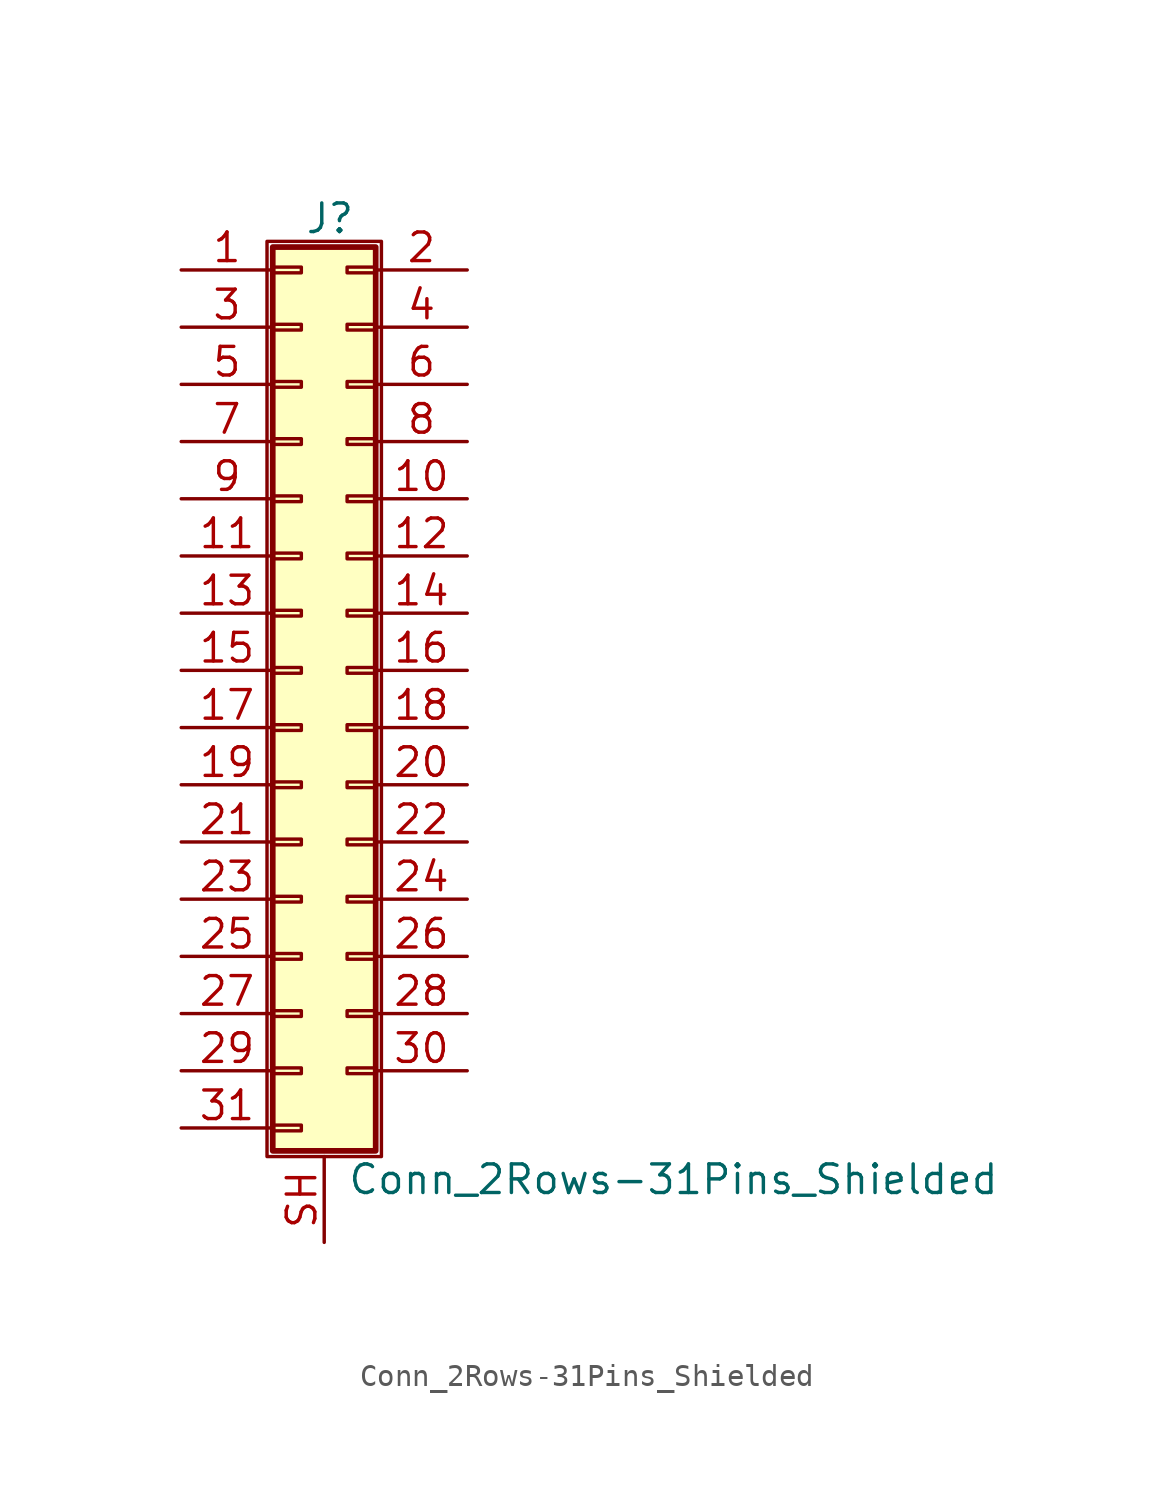
<source format=kicad_sym>
(kicad_symbol_lib
  (version 20211014)
  (generator kicad_symbol_editor)
  (symbol "Conn_2Rows-31Pins_Shielded"
    (pin_names
      (offset 1.016) hide)
    (property "Reference" "J"
      (at 1.524 20.066 0)
      (effects (font (size 1.27 1.27))))
    (property "Value" "Conn_2Rows-31Pins_Shielded"
      (at 2.286 -22.606 0)
      (effects (font (size 1.27 1.27)) (justify left)))
    (symbol "Conn_2Rows-31Pins_Shielded_1_1"
      (rectangle (start -1.27 19.05) (end 3.81 -21.59) (stroke (width 0.152) (type default) (color 0 0 0 0)) (fill (type none)))
      (rectangle (start -1.016 -20.193) (end 0.254 -20.447) (stroke (width 0.152) (type default) (color 0 0 0 0)) (fill (type none)))
      (rectangle (start -1.016 -17.653) (end 0.254 -17.907) (stroke (width 0.152) (type default) (color 0 0 0 0)) (fill (type none)))
      (rectangle (start -1.016 -15.113) (end 0.254 -15.367) (stroke (width 0.152) (type default) (color 0 0 0 0)) (fill (type none)))
      (rectangle (start -1.016 -12.573) (end 0.254 -12.827) (stroke (width 0.152) (type default) (color 0 0 0 0)) (fill (type none)))
      (rectangle (start -1.016 -10.033) (end 0.254 -10.287) (stroke (width 0.152) (type default) (color 0 0 0 0)) (fill (type none)))
      (rectangle (start -1.016 -7.493) (end 0.254 -7.747) (stroke (width 0.152) (type default) (color 0 0 0 0)) (fill (type none)))
      (rectangle (start -1.016 -4.953) (end 0.254 -5.207) (stroke (width 0.152) (type default) (color 0 0 0 0)) (fill (type none)))
      (rectangle (start -1.016 -2.413) (end 0.254 -2.667) (stroke (width 0.152) (type default) (color 0 0 0 0)) (fill (type none)))
      (rectangle (start -1.016 0.127) (end 0.254 -0.127) (stroke (width 0.152) (type default) (color 0 0 0 0)) (fill (type none)))
      (rectangle (start -1.016 2.667) (end 0.254 2.413) (stroke (width 0.152) (type default) (color 0 0 0 0)) (fill (type none)))
      (rectangle (start -1.016 5.207) (end 0.254 4.953) (stroke (width 0.152) (type default) (color 0 0 0 0)) (fill (type none)))
      (rectangle (start -1.016 7.747) (end 0.254 7.493) (stroke (width 0.152) (type default) (color 0 0 0 0)) (fill (type none)))
      (rectangle (start -1.016 10.287) (end 0.254 10.033) (stroke (width 0.152) (type default) (color 0 0 0 0)) (fill (type none)))
      (rectangle (start -1.016 12.827) (end 0.254 12.573) (stroke (width 0.152) (type default) (color 0 0 0 0)) (fill (type none)))
      (rectangle (start -1.016 15.367) (end 0.254 15.113) (stroke (width 0.152) (type default) (color 0 0 0 0)) (fill (type none)))
      (rectangle (start -1.016 17.907) (end 0.254 17.653) (stroke (width 0.152) (type default) (color 0 0 0 0)) (fill (type none)))
      (rectangle (start -1.016 18.796) (end 3.556 -21.336) (stroke (width 0.254) (type default) (color 0 0 0 0)) (fill (type background)))
      (rectangle (start 3.556 -17.653) (end 2.286 -17.907) (stroke (width 0.152) (type default) (color 0 0 0 0)) (fill (type none)))
      (rectangle (start 3.556 -15.113) (end 2.286 -15.367) (stroke (width 0.152) (type default) (color 0 0 0 0)) (fill (type none)))
      (rectangle (start 3.556 -12.573) (end 2.286 -12.827) (stroke (width 0.152) (type default) (color 0 0 0 0)) (fill (type none)))
      (rectangle (start 3.556 -10.033) (end 2.286 -10.287) (stroke (width 0.152) (type default) (color 0 0 0 0)) (fill (type none)))
      (rectangle (start 3.556 -7.493) (end 2.286 -7.747) (stroke (width 0.152) (type default) (color 0 0 0 0)) (fill (type none)))
      (rectangle (start 3.556 -4.953) (end 2.286 -5.207) (stroke (width 0.152) (type default) (color 0 0 0 0)) (fill (type none)))
      (rectangle (start 3.556 -2.413) (end 2.286 -2.667) (stroke (width 0.152) (type default) (color 0 0 0 0)) (fill (type none)))
      (rectangle (start 3.556 0.127) (end 2.286 -0.127) (stroke (width 0.152) (type default) (color 0 0 0 0)) (fill (type none)))
      (rectangle (start 3.556 2.667) (end 2.286 2.413) (stroke (width 0.152) (type default) (color 0 0 0 0)) (fill (type none)))
      (rectangle (start 3.556 5.207) (end 2.286 4.953) (stroke (width 0.152) (type default) (color 0 0 0 0)) (fill (type none)))
      (rectangle (start 3.556 7.747) (end 2.286 7.493) (stroke (width 0.152) (type default) (color 0 0 0 0)) (fill (type none)))
      (rectangle (start 3.556 10.287) (end 2.286 10.033) (stroke (width 0.152) (type default) (color 0 0 0 0)) (fill (type none)))
      (rectangle (start 3.556 12.827) (end 2.286 12.573) (stroke (width 0.152) (type default) (color 0 0 0 0)) (fill (type none)))
      (rectangle (start 3.556 15.367) (end 2.286 15.113) (stroke (width 0.152) (type default) (color 0 0 0 0)) (fill (type none)))
      (rectangle (start 3.556 17.907) (end 2.286 17.653) (stroke (width 0.152) (type default) (color 0 0 0 0)) (fill (type none)))
      (pin passive line (at -5.08 17.78 0) (length 4.064) (name "Pin_1" (effects (font (size 1.27 1.27)))) (number "1" (effects (font (size 1.27 1.27)))))
      (pin passive line (at 7.62 7.62 180) (length 4.064) (name "Pin_10" (effects (font (size 1.27 1.27)))) (number "10" (effects (font (size 1.27 1.27)))))
      (pin passive line (at -5.08 5.08 0) (length 4.064) (name "Pin_11" (effects (font (size 1.27 1.27)))) (number "11" (effects (font (size 1.27 1.27)))))
      (pin passive line (at 7.62 5.08 180) (length 4.064) (name "Pin_12" (effects (font (size 1.27 1.27)))) (number "12" (effects (font (size 1.27 1.27)))))
      (pin passive line (at -5.08 2.54 0) (length 4.064) (name "Pin_13" (effects (font (size 1.27 1.27)))) (number "13" (effects (font (size 1.27 1.27)))))
      (pin passive line (at 7.62 2.54 180) (length 4.064) (name "Pin_14" (effects (font (size 1.27 1.27)))) (number "14" (effects (font (size 1.27 1.27)))))
      (pin passive line (at -5.08 0 0) (length 4.064) (name "Pin_15" (effects (font (size 1.27 1.27)))) (number "15" (effects (font (size 1.27 1.27)))))
      (pin passive line (at 7.62 0 180) (length 4.064) (name "Pin_16" (effects (font (size 1.27 1.27)))) (number "16" (effects (font (size 1.27 1.27)))))
      (pin passive line (at -5.08 -2.54 0) (length 4.064) (name "Pin_17" (effects (font (size 1.27 1.27)))) (number "17" (effects (font (size 1.27 1.27)))))
      (pin passive line (at 7.62 -2.54 180) (length 4.064) (name "Pin_18" (effects (font (size 1.27 1.27)))) (number "18" (effects (font (size 1.27 1.27)))))
      (pin passive line (at -5.08 -5.08 0) (length 4.064) (name "Pin_19" (effects (font (size 1.27 1.27)))) (number "19" (effects (font (size 1.27 1.27)))))
      (pin passive line (at 7.62 17.78 180) (length 4.064) (name "Pin_2" (effects (font (size 1.27 1.27)))) (number "2" (effects (font (size 1.27 1.27)))))
      (pin passive line (at 7.62 -5.08 180) (length 4.064) (name "Pin_20" (effects (font (size 1.27 1.27)))) (number "20" (effects (font (size 1.27 1.27)))))
      (pin passive line (at -5.08 -7.62 0) (length 4.064) (name "Pin_21" (effects (font (size 1.27 1.27)))) (number "21" (effects (font (size 1.27 1.27)))))
      (pin passive line (at 7.62 -7.62 180) (length 4.064) (name "Pin_22" (effects (font (size 1.27 1.27)))) (number "22" (effects (font (size 1.27 1.27)))))
      (pin passive line (at -5.08 -10.16 0) (length 4.064) (name "Pin_23" (effects (font (size 1.27 1.27)))) (number "23" (effects (font (size 1.27 1.27)))))
      (pin passive line (at 7.62 -10.16 180) (length 4.064) (name "Pin_24" (effects (font (size 1.27 1.27)))) (number "24" (effects (font (size 1.27 1.27)))))
      (pin passive line (at -5.08 -12.7 0) (length 4.064) (name "Pin_25" (effects (font (size 1.27 1.27)))) (number "25" (effects (font (size 1.27 1.27)))))
      (pin passive line (at 7.62 -12.7 180) (length 4.064) (name "Pin_26" (effects (font (size 1.27 1.27)))) (number "26" (effects (font (size 1.27 1.27)))))
      (pin passive line (at -5.08 -15.24 0) (length 4.064) (name "Pin_27" (effects (font (size 1.27 1.27)))) (number "27" (effects (font (size 1.27 1.27)))))
      (pin passive line (at 7.62 -15.24 180) (length 4.064) (name "Pin_28" (effects (font (size 1.27 1.27)))) (number "28" (effects (font (size 1.27 1.27)))))
      (pin passive line (at -5.08 -17.78 0) (length 4.064) (name "Pin_29" (effects (font (size 1.27 1.27)))) (number "29" (effects (font (size 1.27 1.27)))))
      (pin passive line (at -5.08 15.24 0) (length 4.064) (name "Pin_3" (effects (font (size 1.27 1.27)))) (number "3" (effects (font (size 1.27 1.27)))))
      (pin passive line (at 7.62 -17.78 180) (length 4.064) (name "Pin_30" (effects (font (size 1.27 1.27)))) (number "30" (effects (font (size 1.27 1.27)))))
      (pin passive line (at -5.08 -20.32 0) (length 4.064) (name "Pin_31" (effects (font (size 1.27 1.27)))) (number "31" (effects (font (size 1.27 1.27)))))
      (pin passive line (at 7.62 15.24 180) (length 4.064) (name "Pin_4" (effects (font (size 1.27 1.27)))) (number "4" (effects (font (size 1.27 1.27)))))
      (pin passive line (at -5.08 12.7 0) (length 4.064) (name "Pin_5" (effects (font (size 1.27 1.27)))) (number "5" (effects (font (size 1.27 1.27)))))
      (pin passive line (at 7.62 12.7 180) (length 4.064) (name "Pin_6" (effects (font (size 1.27 1.27)))) (number "6" (effects (font (size 1.27 1.27)))))
      (pin passive line (at -5.08 10.16 0) (length 4.064) (name "Pin_7" (effects (font (size 1.27 1.27)))) (number "7" (effects (font (size 1.27 1.27)))))
      (pin passive line (at 7.62 10.16 180) (length 4.064) (name "Pin_8" (effects (font (size 1.27 1.27)))) (number "8" (effects (font (size 1.27 1.27)))))
      (pin passive line (at -5.08 7.62 0) (length 4.064) (name "Pin_9" (effects (font (size 1.27 1.27)))) (number "9" (effects (font (size 1.27 1.27)))))
      (pin passive line (at 1.27 -25.4 90) (length 3.81) (name "Shield" (effects (font (size 1.27 1.27)))) (number "SH" (effects (font (size 1.27 1.27))))))))
</source>
